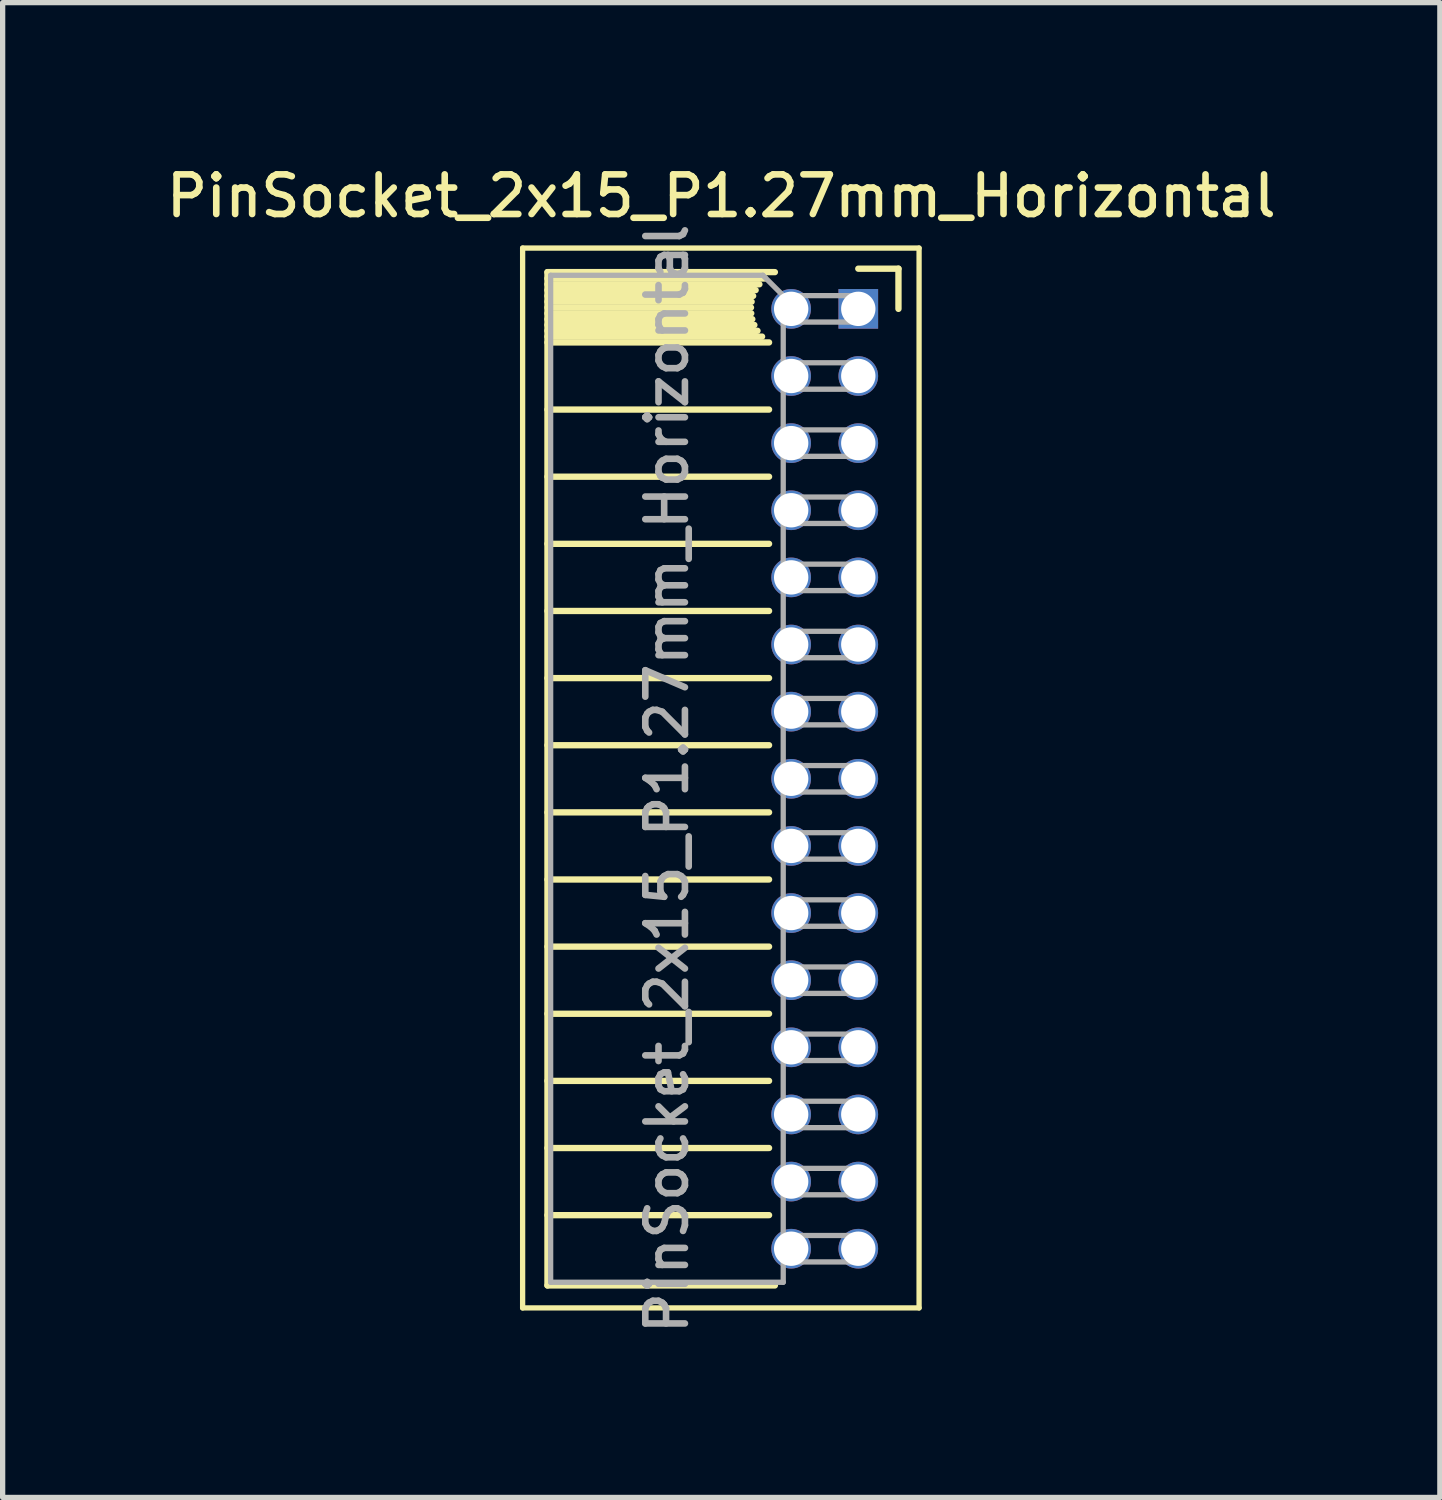
<source format=kicad_pcb>
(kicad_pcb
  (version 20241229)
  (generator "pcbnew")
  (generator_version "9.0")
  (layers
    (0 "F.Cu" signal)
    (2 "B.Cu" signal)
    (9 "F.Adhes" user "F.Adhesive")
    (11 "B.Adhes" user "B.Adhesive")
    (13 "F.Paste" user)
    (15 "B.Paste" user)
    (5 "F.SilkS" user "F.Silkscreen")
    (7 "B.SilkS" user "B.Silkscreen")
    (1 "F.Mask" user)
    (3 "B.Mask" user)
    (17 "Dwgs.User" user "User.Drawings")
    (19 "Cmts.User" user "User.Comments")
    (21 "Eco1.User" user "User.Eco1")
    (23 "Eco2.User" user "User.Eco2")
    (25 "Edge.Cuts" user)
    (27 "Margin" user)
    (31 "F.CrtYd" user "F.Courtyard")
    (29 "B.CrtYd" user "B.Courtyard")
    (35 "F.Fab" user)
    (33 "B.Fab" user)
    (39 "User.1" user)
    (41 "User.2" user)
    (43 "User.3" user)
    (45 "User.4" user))
  (footprint "PinSocket_2x15_P1.27mm_Horizontal"
    (layer "F.Cu")
    (at 13.187 2.793)
    (property "Reference" "PinSocket_2x15_P1.27mm_Horizontal" (at -2.592 -2.135 0) (layer "F.SilkS") (effects (font (size 0.75 0.75) (thickness 0.125))))
    (attr through_hole)
    (fp_line (start -6.35 -1.15) (end -6.35 18.9) (stroke (width 0.1) (type solid)) (layer "F.SilkS"))
    (fp_line (start -6.35 18.9) (end 1.15 18.9) (stroke (width 0.1) (type solid)) (layer "F.SilkS"))
    (fp_line (start -5.88 -0.695) (end -5.88 18.475) (stroke (width 0.12) (type solid)) (layer "F.SilkS"))
    (fp_line (start -5.88 -0.695) (end -1.578 -0.695) (stroke (width 0.12) (type solid)) (layer "F.SilkS"))
    (fp_line (start -5.88 -0.575) (end -1.767 -0.575) (stroke (width 0.12) (type solid)) (layer "F.SilkS"))
    (fp_line (start -5.88 -0.465) (end -1.871 -0.465) (stroke (width 0.12) (type solid)) (layer "F.SilkS"))
    (fp_line (start -5.88 -0.355) (end -1.942 -0.355) (stroke (width 0.12) (type solid)) (layer "F.SilkS"))
    (fp_line (start -5.88 -0.245) (end -1.989 -0.245) (stroke (width 0.12) (type solid)) (layer "F.SilkS"))
    (fp_line (start -5.88 -0.135) (end -2.018 -0.135) (stroke (width 0.12) (type solid)) (layer "F.SilkS"))
    (fp_line (start -5.88 -0.025) (end -2.03 -0.025) (stroke (width 0.12) (type solid)) (layer "F.SilkS"))
    (fp_line (start -5.88 0.085) (end -2.025 0.085) (stroke (width 0.12) (type solid)) (layer "F.SilkS"))
    (fp_line (start -5.88 0.195) (end -2.005 0.195) (stroke (width 0.12) (type solid)) (layer "F.SilkS"))
    (fp_line (start -5.88 0.305) (end -1.966 0.305) (stroke (width 0.12) (type solid)) (layer "F.SilkS"))
    (fp_line (start -5.88 0.415) (end -1.907 0.415) (stroke (width 0.12) (type solid)) (layer "F.SilkS"))
    (fp_line (start -5.88 0.525) (end -1.82 0.525) (stroke (width 0.12) (type solid)) (layer "F.SilkS"))
    (fp_line (start -5.88 0.635) (end -1.688 0.635) (stroke (width 0.12) (type solid)) (layer "F.SilkS"))
    (fp_line (start -5.88 1.905) (end -1.688 1.905) (stroke (width 0.12) (type solid)) (layer "F.SilkS"))
    (fp_line (start -5.88 3.175) (end -1.688 3.175) (stroke (width 0.12) (type solid)) (layer "F.SilkS"))
    (fp_line (start -5.88 4.445) (end -1.688 4.445) (stroke (width 0.12) (type solid)) (layer "F.SilkS"))
    (fp_line (start -5.88 5.715) (end -1.688 5.715) (stroke (width 0.12) (type solid)) (layer "F.SilkS"))
    (fp_line (start -5.88 6.985) (end -1.688 6.985) (stroke (width 0.12) (type solid)) (layer "F.SilkS"))
    (fp_line (start -5.88 8.255) (end -1.688 8.255) (stroke (width 0.12) (type solid)) (layer "F.SilkS"))
    (fp_line (start -5.88 9.525) (end -1.688 9.525) (stroke (width 0.12) (type solid)) (layer "F.SilkS"))
    (fp_line (start -5.88 10.795) (end -1.688 10.795) (stroke (width 0.12) (type solid)) (layer "F.SilkS"))
    (fp_line (start -5.88 12.065) (end -1.688 12.065) (stroke (width 0.12) (type solid)) (layer "F.SilkS"))
    (fp_line (start -5.88 13.335) (end -1.688 13.335) (stroke (width 0.12) (type solid)) (layer "F.SilkS"))
    (fp_line (start -5.88 14.605) (end -1.688 14.605) (stroke (width 0.12) (type solid)) (layer "F.SilkS"))
    (fp_line (start -5.88 15.875) (end -1.688 15.875) (stroke (width 0.12) (type solid)) (layer "F.SilkS"))
    (fp_line (start -5.88 17.145) (end -1.688 17.145) (stroke (width 0.12) (type solid)) (layer "F.SilkS"))
    (fp_line (start -5.88 18.475) (end -1.578 18.475) (stroke (width 0.12) (type solid)) (layer "F.SilkS"))
    (fp_line (start 0 -0.76) (end 0.76 -0.76) (stroke (width 0.12) (type solid)) (layer "F.SilkS"))
    (fp_line (start 0.76 -0.76) (end 0.76 0) (stroke (width 0.12) (type solid)) (layer "F.SilkS"))
    (fp_line (start 1.15 -1.15) (end -6.35 -1.15) (stroke (width 0.1) (type solid)) (layer "F.SilkS"))
    (fp_line (start 1.15 18.9) (end 1.15 -1.15) (stroke (width 0.1) (type solid)) (layer "F.SilkS"))
    (fp_line (start -5.82 -0.635) (end -1.805 -0.635) (stroke (width 0.1) (type solid)) (layer "F.Fab"))
    (fp_line (start -5.82 18.415) (end -5.82 -0.635) (stroke (width 0.1) (type solid)) (layer "F.Fab"))
    (fp_line (start -1.805 -0.635) (end -1.42 -0.25) (stroke (width 0.1) (type solid)) (layer "F.Fab"))
    (fp_line (start -1.42 -0.25) (end -1.42 18.415) (stroke (width 0.1) (type solid)) (layer "F.Fab"))
    (fp_line (start -1.42 0.25) (end 0 0.25) (stroke (width 0.1) (type solid)) (layer "F.Fab"))
    (fp_line (start -1.42 1.52) (end 0 1.52) (stroke (width 0.1) (type solid)) (layer "F.Fab"))
    (fp_line (start -1.42 2.79) (end 0 2.79) (stroke (width 0.1) (type solid)) (layer "F.Fab"))
    (fp_line (start -1.42 4.06) (end 0 4.06) (stroke (width 0.1) (type solid)) (layer "F.Fab"))
    (fp_line (start -1.42 5.33) (end 0 5.33) (stroke (width 0.1) (type solid)) (layer "F.Fab"))
    (fp_line (start -1.42 6.6) (end 0 6.6) (stroke (width 0.1) (type solid)) (layer "F.Fab"))
    (fp_line (start -1.42 7.87) (end 0 7.87) (stroke (width 0.1) (type solid)) (layer "F.Fab"))
    (fp_line (start -1.42 9.14) (end 0 9.14) (stroke (width 0.1) (type solid)) (layer "F.Fab"))
    (fp_line (start -1.42 10.41) (end 0 10.41) (stroke (width 0.1) (type solid)) (layer "F.Fab"))
    (fp_line (start -1.42 11.68) (end 0 11.68) (stroke (width 0.1) (type solid)) (layer "F.Fab"))
    (fp_line (start -1.42 12.95) (end 0 12.95) (stroke (width 0.1) (type solid)) (layer "F.Fab"))
    (fp_line (start -1.42 14.22) (end 0 14.22) (stroke (width 0.1) (type solid)) (layer "F.Fab"))
    (fp_line (start -1.42 15.49) (end 0 15.49) (stroke (width 0.1) (type solid)) (layer "F.Fab"))
    (fp_line (start -1.42 16.76) (end 0 16.76) (stroke (width 0.1) (type solid)) (layer "F.Fab"))
    (fp_line (start -1.42 18.03) (end 0 18.03) (stroke (width 0.1) (type solid)) (layer "F.Fab"))
    (fp_line (start -1.42 18.415) (end -5.82 18.415) (stroke (width 0.1) (type solid)) (layer "F.Fab"))
    (fp_line (start 0 -0.25) (end -1.42 -0.25) (stroke (width 0.1) (type solid)) (layer "F.Fab"))
    (fp_line (start 0 0.25) (end 0 -0.25) (stroke (width 0.1) (type solid)) (layer "F.Fab"))
    (fp_line (start 0 1.02) (end -1.42 1.02) (stroke (width 0.1) (type solid)) (layer "F.Fab"))
    (fp_line (start 0 1.52) (end 0 1.02) (stroke (width 0.1) (type solid)) (layer "F.Fab"))
    (fp_line (start 0 2.29) (end -1.42 2.29) (stroke (width 0.1) (type solid)) (layer "F.Fab"))
    (fp_line (start 0 2.79) (end 0 2.29) (stroke (width 0.1) (type solid)) (layer "F.Fab"))
    (fp_line (start 0 3.56) (end -1.42 3.56) (stroke (width 0.1) (type solid)) (layer "F.Fab"))
    (fp_line (start 0 4.06) (end 0 3.56) (stroke (width 0.1) (type solid)) (layer "F.Fab"))
    (fp_line (start 0 4.83) (end -1.42 4.83) (stroke (width 0.1) (type solid)) (layer "F.Fab"))
    (fp_line (start 0 5.33) (end 0 4.83) (stroke (width 0.1) (type solid)) (layer "F.Fab"))
    (fp_line (start 0 6.1) (end -1.42 6.1) (stroke (width 0.1) (type solid)) (layer "F.Fab"))
    (fp_line (start 0 6.6) (end 0 6.1) (stroke (width 0.1) (type solid)) (layer "F.Fab"))
    (fp_line (start 0 7.37) (end -1.42 7.37) (stroke (width 0.1) (type solid)) (layer "F.Fab"))
    (fp_line (start 0 7.87) (end 0 7.37) (stroke (width 0.1) (type solid)) (layer "F.Fab"))
    (fp_line (start 0 8.64) (end -1.42 8.64) (stroke (width 0.1) (type solid)) (layer "F.Fab"))
    (fp_line (start 0 9.14) (end 0 8.64) (stroke (width 0.1) (type solid)) (layer "F.Fab"))
    (fp_line (start 0 9.91) (end -1.42 9.91) (stroke (width 0.1) (type solid)) (layer "F.Fab"))
    (fp_line (start 0 10.41) (end 0 9.91) (stroke (width 0.1) (type solid)) (layer "F.Fab"))
    (fp_line (start 0 11.18) (end -1.42 11.18) (stroke (width 0.1) (type solid)) (layer "F.Fab"))
    (fp_line (start 0 11.68) (end 0 11.18) (stroke (width 0.1) (type solid)) (layer "F.Fab"))
    (fp_line (start 0 12.45) (end -1.42 12.45) (stroke (width 0.1) (type solid)) (layer "F.Fab"))
    (fp_line (start 0 12.95) (end 0 12.45) (stroke (width 0.1) (type solid)) (layer "F.Fab"))
    (fp_line (start 0 13.72) (end -1.42 13.72) (stroke (width 0.1) (type solid)) (layer "F.Fab"))
    (fp_line (start 0 14.22) (end 0 13.72) (stroke (width 0.1) (type solid)) (layer "F.Fab"))
    (fp_line (start 0 14.99) (end -1.42 14.99) (stroke (width 0.1) (type solid)) (layer "F.Fab"))
    (fp_line (start 0 15.49) (end 0 14.99) (stroke (width 0.1) (type solid)) (layer "F.Fab"))
    (fp_line (start 0 16.26) (end -1.42 16.26) (stroke (width 0.1) (type solid)) (layer "F.Fab"))
    (fp_line (start 0 16.76) (end 0 16.26) (stroke (width 0.1) (type solid)) (layer "F.Fab"))
    (fp_line (start 0 17.53) (end -1.42 17.53) (stroke (width 0.1) (type solid)) (layer "F.Fab"))
    (fp_line (start 0 18.03) (end 0 17.53) (stroke (width 0.1) (type solid)) (layer "F.Fab"))
    (fp_text user "${REFERENCE}" (at -3.62 8.89 90) (layer "F.Fab") (effects (font (size 0.75 0.75) (thickness 0.125))))
    (pad "1" thru_hole rect (at 0 0) (size 0.75 0.75) (drill 0.65) (layers "*.Cu" "*.Mask"))
    (pad "2" thru_hole oval (at -1.27 0) (size 0.75 0.75) (drill 0.65) (layers "*.Cu" "*.Mask"))
    (pad "3" thru_hole oval (at 0 1.27) (size 0.75 0.75) (drill 0.65) (layers "*.Cu" "*.Mask"))
    (pad "4" thru_hole oval (at -1.27 1.27) (size 0.75 0.75) (drill 0.65) (layers "*.Cu" "*.Mask"))
    (pad "5" thru_hole oval (at 0 2.54) (size 0.75 0.75) (drill 0.65) (layers "*.Cu" "*.Mask"))
    (pad "6" thru_hole oval (at -1.27 2.54) (size 0.75 0.75) (drill 0.65) (layers "*.Cu" "*.Mask"))
    (pad "7" thru_hole oval (at 0 3.81) (size 0.75 0.75) (drill 0.65) (layers "*.Cu" "*.Mask"))
    (pad "8" thru_hole oval (at -1.27 3.81) (size 0.75 0.75) (drill 0.65) (layers "*.Cu" "*.Mask"))
    (pad "9" thru_hole oval (at 0 5.08) (size 0.75 0.75) (drill 0.65) (layers "*.Cu" "*.Mask"))
    (pad "10" thru_hole oval (at -1.27 5.08) (size 0.75 0.75) (drill 0.65) (layers "*.Cu" "*.Mask"))
    (pad "11" thru_hole oval (at 0 6.35) (size 0.75 0.75) (drill 0.65) (layers "*.Cu" "*.Mask"))
    (pad "12" thru_hole oval (at -1.27 6.35) (size 0.75 0.75) (drill 0.65) (layers "*.Cu" "*.Mask"))
    (pad "13" thru_hole oval (at 0 7.62) (size 0.75 0.75) (drill 0.65) (layers "*.Cu" "*.Mask"))
    (pad "14" thru_hole oval (at -1.27 7.62) (size 0.75 0.75) (drill 0.65) (layers "*.Cu" "*.Mask"))
    (pad "15" thru_hole oval (at 0 8.89) (size 0.75 0.75) (drill 0.65) (layers "*.Cu" "*.Mask"))
    (pad "16" thru_hole oval (at -1.27 8.89) (size 0.75 0.75) (drill 0.65) (layers "*.Cu" "*.Mask"))
    (pad "17" thru_hole oval (at 0 10.16) (size 0.75 0.75) (drill 0.65) (layers "*.Cu" "*.Mask"))
    (pad "18" thru_hole oval (at -1.27 10.16) (size 0.75 0.75) (drill 0.65) (layers "*.Cu" "*.Mask"))
    (pad "19" thru_hole oval (at 0 11.43) (size 0.75 0.75) (drill 0.65) (layers "*.Cu" "*.Mask"))
    (pad "20" thru_hole oval (at -1.27 11.43) (size 0.75 0.75) (drill 0.65) (layers "*.Cu" "*.Mask"))
    (pad "21" thru_hole oval (at 0 12.7) (size 0.75 0.75) (drill 0.65) (layers "*.Cu" "*.Mask"))
    (pad "22" thru_hole oval (at -1.27 12.7) (size 0.75 0.75) (drill 0.65) (layers "*.Cu" "*.Mask"))
    (pad "23" thru_hole oval (at 0 13.97) (size 0.75 0.75) (drill 0.65) (layers "*.Cu" "*.Mask"))
    (pad "24" thru_hole oval (at -1.27 13.97) (size 0.75 0.75) (drill 0.65) (layers "*.Cu" "*.Mask"))
    (pad "25" thru_hole oval (at 0 15.24) (size 0.75 0.75) (drill 0.65) (layers "*.Cu" "*.Mask"))
    (pad "26" thru_hole oval (at -1.27 15.24) (size 0.75 0.75) (drill 0.65) (layers "*.Cu" "*.Mask"))
    (pad "27" thru_hole oval (at 0 16.51) (size 0.75 0.75) (drill 0.65) (layers "*.Cu" "*.Mask"))
    (pad "28" thru_hole oval (at -1.27 16.51) (size 0.75 0.75) (drill 0.65) (layers "*.Cu" "*.Mask"))
    (pad "29" thru_hole oval (at 0 17.78) (size 0.75 0.75) (drill 0.65) (layers "*.Cu" "*.Mask"))
    (pad "30" thru_hole oval (at -1.27 17.78) (size 0.75 0.75) (drill 0.65) (layers "*.Cu" "*.Mask")))
  (gr_rect
    (start -3 -3)
    (end 24.189 25.278)
    (stroke (width 0.1) (type default))
    (fill no)
    (layer "Edge.Cuts")))
</source>
